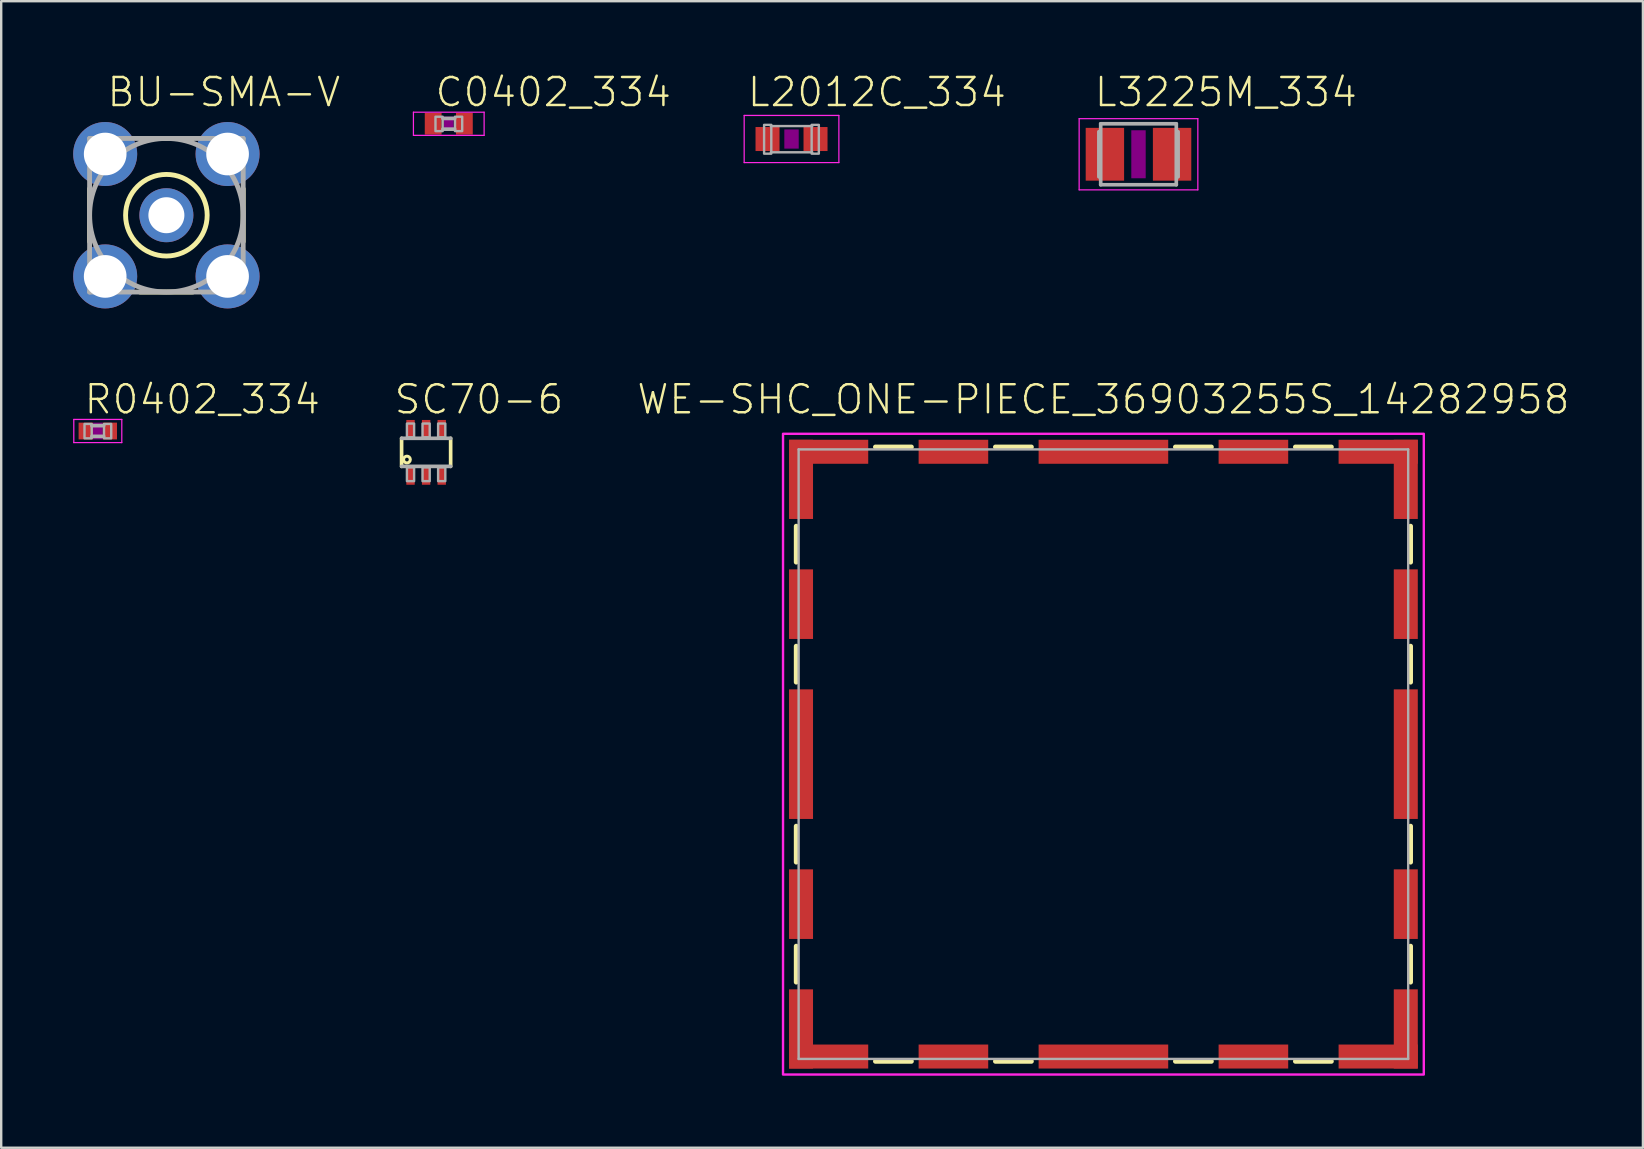
<source format=kicad_pcb>
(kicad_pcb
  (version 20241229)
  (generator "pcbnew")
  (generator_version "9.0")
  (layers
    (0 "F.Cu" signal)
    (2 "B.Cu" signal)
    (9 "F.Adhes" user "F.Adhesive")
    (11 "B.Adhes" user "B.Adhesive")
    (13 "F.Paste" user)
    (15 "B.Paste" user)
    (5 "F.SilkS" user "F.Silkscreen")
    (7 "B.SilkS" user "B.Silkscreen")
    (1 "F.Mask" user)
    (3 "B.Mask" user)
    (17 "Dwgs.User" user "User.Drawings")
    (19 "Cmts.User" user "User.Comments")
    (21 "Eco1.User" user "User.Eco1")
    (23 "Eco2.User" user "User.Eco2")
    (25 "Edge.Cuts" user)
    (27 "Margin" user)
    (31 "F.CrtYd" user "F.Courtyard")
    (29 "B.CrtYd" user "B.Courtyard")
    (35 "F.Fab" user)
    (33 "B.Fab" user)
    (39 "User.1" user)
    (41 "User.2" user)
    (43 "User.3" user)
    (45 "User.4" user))
  (footprint "R0402_334"
    (layer "F.Cu")
    (at 1.025 14.91)
    (property "Reference" "R0402_334" (at -0.635 -0.635 0) (unlocked yes) (layer "F.SilkS") (effects (font (size 1.168 1.168) (thickness 0.102)) (justify left bottom)))
    (fp_poly (pts (xy -0.2 0.35) (xy 0.2 0.35) (xy 0.2 -0.35) (xy -0.2 -0.35)) (stroke (width 0) (type default)) (fill yes) (layer "F.Adhes"))
    (fp_line (start -1 -0.483) (end 1 -0.483) (stroke (width 0.051) (type solid)) (layer "F.CrtYd"))
    (fp_line (start -1 0.483) (end -1 -0.483) (stroke (width 0.051) (type solid)) (layer "F.CrtYd"))
    (fp_line (start 1 -0.483) (end 1 0.483) (stroke (width 0.051) (type solid)) (layer "F.CrtYd"))
    (fp_line (start 1 0.483) (end -1 0.483) (stroke (width 0.051) (type solid)) (layer "F.CrtYd"))
    (fp_line (start -0.245 -0.224) (end 0.245 -0.224) (stroke (width 0.152) (type solid)) (layer "F.Fab"))
    (fp_line (start 0.245 0.224) (end -0.245 0.224) (stroke (width 0.152) (type solid)) (layer "F.Fab"))
    (fp_poly (pts (xy -0.554 0.305) (xy -0.254 0.305) (xy -0.254 -0.295) (xy -0.554 -0.295)) (stroke (width 0.1) (type default)) (fill no) (layer "F.Fab"))
    (fp_poly (pts (xy 0.259 0.305) (xy 0.559 0.305) (xy 0.559 -0.295) (xy 0.259 -0.295)) (stroke (width 0.1) (type default)) (fill no) (layer "F.Fab"))
    (pad "1" smd rect (at -0.5 0) (size 0.6 0.7) (layers "F.Cu" "F.Mask" "F.Paste"))
    (pad "2" smd rect (at 0.5 0) (size 0.6 0.7) (layers "F.Cu" "F.Mask" "F.Paste")))
  (footprint "L2012C_334"
    (layer "F.Cu")
    (at 29.932 2.743)
    (property "Reference" "L2012C_334" (at -1.905 -1.27 0) (unlocked yes) (layer "F.SilkS") (effects (font (size 1.168 1.168) (thickness 0.102)) (justify left bottom)))
    (fp_poly (pts (xy -0.3 0.4) (xy 0.3 0.4) (xy 0.3 -0.4) (xy -0.3 -0.4)) (stroke (width 0) (type default)) (fill yes) (layer "F.Adhes"))
    (fp_line (start -1.973 -0.983) (end 1.973 -0.983) (stroke (width 0.051) (type solid)) (layer "F.CrtYd"))
    (fp_line (start -1.973 0.983) (end -1.973 -0.983) (stroke (width 0.051) (type solid)) (layer "F.CrtYd"))
    (fp_line (start 1.973 -0.983) (end 1.973 0.983) (stroke (width 0.051) (type solid)) (layer "F.CrtYd"))
    (fp_line (start 1.973 0.983) (end -1.973 0.983) (stroke (width 0.051) (type solid)) (layer "F.CrtYd"))
    (fp_line (start -0.864 -0.54) (end 0.864 -0.54) (stroke (width 0.102) (type solid)) (layer "F.Fab"))
    (fp_line (start -0.864 0.553) (end 0.864 0.553) (stroke (width 0.102) (type solid)) (layer "F.Fab"))
    (fp_poly (pts (xy -1.143 0.61) (xy -0.843 0.61) (xy -0.843 -0.59) (xy -1.143 -0.59)) (stroke (width 0.1) (type default)) (fill no) (layer "F.Fab"))
    (fp_poly (pts (xy 0.838 0.61) (xy 1.138 0.61) (xy 1.138 -0.59) (xy 0.838 -0.59)) (stroke (width 0.1) (type default)) (fill no) (layer "F.Fab"))
    (pad "1" smd rect (at -1 0) (size 1 1) (layers "F.Cu" "F.Mask" "F.Paste"))
    (pad "2" smd rect (at 1 0) (size 1 1) (layers "F.Cu" "F.Mask" "F.Paste")))
  (footprint "SC70-6"
    (layer "F.Cu")
    (at 14.706 15.799)
    (property "Reference" "SC70-6" (at -1.397 -1.524 0) (unlocked yes) (layer "F.SilkS") (effects (font (size 1.168 1.168) (thickness 0.102)) (justify left bottom)))
    (fp_poly (pts (xy -0.875 1.4) (xy -0.425 1.4) (xy -0.425 0.5) (xy -0.875 0.5)) (stroke (width 0) (type default)) (fill yes) (layer "F.Mask"))
    (fp_poly (pts (xy -0.425 -1.4) (xy -0.875 -1.4) (xy -0.875 -0.5) (xy -0.425 -0.5)) (stroke (width 0) (type default)) (fill yes) (layer "F.Mask"))
    (fp_poly (pts (xy -0.225 1.4) (xy 0.225 1.4) (xy 0.225 0.5) (xy -0.225 0.5)) (stroke (width 0) (type default)) (fill yes) (layer "F.Mask"))
    (fp_poly (pts (xy 0.225 -1.4) (xy -0.225 -1.4) (xy -0.225 -0.5) (xy 0.225 -0.5)) (stroke (width 0) (type default)) (fill yes) (layer "F.Mask"))
    (fp_poly (pts (xy 0.425 1.4) (xy 0.875 1.4) (xy 0.875 0.5) (xy 0.425 0.5)) (stroke (width 0) (type default)) (fill yes) (layer "F.Mask"))
    (fp_poly (pts (xy 0.875 -1.4) (xy 0.425 -1.4) (xy 0.425 -0.5) (xy 0.875 -0.5)) (stroke (width 0) (type default)) (fill yes) (layer "F.Mask"))
    (fp_line (start -1.022 0.585) (end -1.022 -0.585) (stroke (width 0.152) (type solid)) (layer "F.SilkS"))
    (fp_line (start 1.022 -0.585) (end 1.022 0.585) (stroke (width 0.152) (type solid)) (layer "F.SilkS"))
    (fp_circle (center -0.8 0.3) (end -0.659 0.3) (stroke (width 0.127) (type solid)) (fill no) (layer "F.SilkS"))
    (fp_poly (pts (xy -0.8 1.325) (xy -0.5 1.325) (xy -0.5 0.575) (xy -0.8 0.575)) (stroke (width 0) (type default)) (fill yes) (layer "F.Paste"))
    (fp_poly (pts (xy -0.5 -1.325) (xy -0.8 -1.325) (xy -0.8 -0.575) (xy -0.5 -0.575)) (stroke (width 0) (type default)) (fill yes) (layer "F.Paste"))
    (fp_poly (pts (xy -0.15 1.325) (xy 0.15 1.325) (xy 0.15 0.575) (xy -0.15 0.575)) (stroke (width 0) (type default)) (fill yes) (layer "F.Paste"))
    (fp_poly (pts (xy 0.15 -1.325) (xy -0.15 -1.325) (xy -0.15 -0.575) (xy 0.15 -0.575)) (stroke (width 0) (type default)) (fill yes) (layer "F.Paste"))
    (fp_poly (pts (xy 0.5 1.325) (xy 0.8 1.325) (xy 0.8 0.575) (xy 0.5 0.575)) (stroke (width 0) (type default)) (fill yes) (layer "F.Paste"))
    (fp_poly (pts (xy 0.8 -1.325) (xy 0.5 -1.325) (xy 0.5 -0.575) (xy 0.8 -0.575)) (stroke (width 0) (type default)) (fill yes) (layer "F.Paste"))
    (fp_line (start -1.022 -0.585) (end 1.022 -0.585) (stroke (width 0.152) (type solid)) (layer "F.Fab"))
    (fp_line (start 1.022 0.585) (end -1.022 0.585) (stroke (width 0.152) (type solid)) (layer "F.Fab"))
    (fp_poly (pts (xy -0.8 1.2) (xy -0.5 1.2) (xy -0.5 0.625) (xy -0.8 0.625)) (stroke (width 0.1) (type default)) (fill no) (layer "F.Fab"))
    (fp_poly (pts (xy -0.5 -1.2) (xy -0.8 -1.2) (xy -0.8 -0.625) (xy -0.5 -0.625)) (stroke (width 0.1) (type default)) (fill no) (layer "F.Fab"))
    (fp_poly (pts (xy -0.15 1.2) (xy 0.15 1.2) (xy 0.15 0.625) (xy -0.15 0.625)) (stroke (width 0.1) (type default)) (fill no) (layer "F.Fab"))
    (fp_poly (pts (xy 0.15 -1.2) (xy -0.15 -1.2) (xy -0.15 -0.625) (xy 0.15 -0.625)) (stroke (width 0.1) (type default)) (fill no) (layer "F.Fab"))
    (fp_poly (pts (xy 0.5 1.2) (xy 0.8 1.2) (xy 0.8 0.625) (xy 0.5 0.625)) (stroke (width 0.1) (type default)) (fill no) (layer "F.Fab"))
    (fp_poly (pts (xy 0.8 -1.2) (xy 0.5 -1.2) (xy 0.5 -0.625) (xy 0.8 -0.625)) (stroke (width 0.1) (type default)) (fill no) (layer "F.Fab"))
    (pad "1" smd rect (at -0.65 0.95) (size 0.35 0.8) (layers "F.Cu"))
    (pad "2" smd rect (at 0 0.95) (size 0.35 0.8) (layers "F.Cu"))
    (pad "3" smd rect (at 0.65 0.95) (size 0.35 0.8) (layers "F.Cu"))
    (pad "4" smd rect (at 0.65 -0.95) (size 0.35 0.8) (layers "F.Cu"))
    (pad "5" smd rect (at 0 -0.95) (size 0.35 0.8) (layers "F.Cu"))
    (pad "6" smd rect (at -0.65 -0.95) (size 0.35 0.8) (layers "F.Cu")))
  (footprint "L3225M_334"
    (layer "F.Cu")
    (at 44.39 3.378)
    (property "Reference" "L3225M_334" (at -1.905 -1.905 0) (unlocked yes) (layer "F.SilkS") (effects (font (size 1.168 1.168) (thickness 0.102)) (justify left bottom)))
    (fp_poly (pts (xy -0.3 1) (xy 0.3 1) (xy 0.3 -1) (xy -0.3 -1)) (stroke (width 0) (type default)) (fill yes) (layer "F.Adhes"))
    (fp_line (start -2.473 -1.483) (end 2.473 -1.483) (stroke (width 0.051) (type solid)) (layer "F.CrtYd"))
    (fp_line (start -2.473 1.483) (end -2.473 -1.483) (stroke (width 0.051) (type solid)) (layer "F.CrtYd"))
    (fp_line (start 2.473 -1.483) (end 2.473 1.483) (stroke (width 0.051) (type solid)) (layer "F.CrtYd"))
    (fp_line (start 2.473 1.483) (end -2.473 1.483) (stroke (width 0.051) (type solid)) (layer "F.CrtYd"))
    (fp_line (start -1.651 -0.94) (end -1.651 0.94) (stroke (width 0.152) (type solid)) (layer "F.Fab"))
    (fp_line (start -1.575 -1.27) (end 1.575 -1.27) (stroke (width 0.152) (type solid)) (layer "F.Fab"))
    (fp_line (start -1.575 1.27) (end -1.575 -1.27) (stroke (width 0.152) (type solid)) (layer "F.Fab"))
    (fp_line (start 1.575 -1.27) (end 1.575 1.27) (stroke (width 0.152) (type solid)) (layer "F.Fab"))
    (fp_line (start 1.575 1.27) (end -1.575 1.27) (stroke (width 0.152) (type solid)) (layer "F.Fab"))
    (fp_line (start 1.651 -0.94) (end 1.651 0.94) (stroke (width 0.152) (type solid)) (layer "F.Fab"))
    (pad "1" smd rect (at -1.4 0) (size 1.6 2.2) (layers "F.Cu" "F.Mask" "F.Paste"))
    (pad "2" smd rect (at 1.4 0) (size 1.6 2.2) (layers "F.Cu" "F.Mask" "F.Paste")))
  (footprint "WE-SHC_ONE-PIECE_36903255S_14282958"
    (layer "F.Cu")
    (at 42.928 28.375)
    (property "Reference" "WE-SHC_ONE-PIECE_36903255S_14282958" (at 0 -14.1 0) (unlocked yes) (layer "F.SilkS") (effects (font (size 1.168 1.168) (thickness 0.102)) (justify bottom)))
    (fp_line (start -12.8 -8) (end -12.8 -9.5) (stroke (width 0.2) (type solid)) (layer "F.SilkS"))
    (fp_line (start -12.8 -3) (end -12.8 -4.5) (stroke (width 0.2) (type solid)) (layer "F.SilkS"))
    (fp_line (start -12.8 4.5) (end -12.8 3) (stroke (width 0.2) (type solid)) (layer "F.SilkS"))
    (fp_line (start -12.8 9.5) (end -12.8 8) (stroke (width 0.2) (type solid)) (layer "F.SilkS"))
    (fp_line (start -9.5 -12.8) (end -8 -12.8) (stroke (width 0.2) (type solid)) (layer "F.SilkS"))
    (fp_line (start -8 12.8) (end -9.5 12.8) (stroke (width 0.2) (type solid)) (layer "F.SilkS"))
    (fp_line (start -4.5 -12.8) (end -3 -12.8) (stroke (width 0.2) (type solid)) (layer "F.SilkS"))
    (fp_line (start -3 12.8) (end -4.5 12.8) (stroke (width 0.2) (type solid)) (layer "F.SilkS"))
    (fp_line (start 3 -12.8) (end 4.5 -12.8) (stroke (width 0.2) (type solid)) (layer "F.SilkS"))
    (fp_line (start 4.5 12.8) (end 3 12.8) (stroke (width 0.2) (type solid)) (layer "F.SilkS"))
    (fp_line (start 8 -12.8) (end 9.5 -12.8) (stroke (width 0.2) (type solid)) (layer "F.SilkS"))
    (fp_line (start 9.5 12.8) (end 8 12.8) (stroke (width 0.2) (type solid)) (layer "F.SilkS"))
    (fp_line (start 12.8 -9.5) (end 12.8 -8) (stroke (width 0.2) (type solid)) (layer "F.SilkS"))
    (fp_line (start 12.8 -4.5) (end 12.8 -3) (stroke (width 0.2) (type solid)) (layer "F.SilkS"))
    (fp_line (start 12.8 3) (end 12.8 4.5) (stroke (width 0.2) (type solid)) (layer "F.SilkS"))
    (fp_line (start 12.8 8) (end 12.8 9.5) (stroke (width 0.2) (type solid)) (layer "F.SilkS"))
    (fp_poly (pts (xy 13.35 13.35) (xy -13.35 13.35) (xy -13.35 -13.35) (xy 13.35 -13.35)) (stroke (width 0.1) (type default)) (fill no) (layer "F.CrtYd"))
    (fp_line (start -12.7 -12.7) (end 12.7 -12.7) (stroke (width 0.1) (type solid)) (layer "F.Fab"))
    (fp_line (start -12.7 12.7) (end -12.7 -12.7) (stroke (width 0.1) (type solid)) (layer "F.Fab"))
    (fp_line (start 12.7 -12.7) (end 12.7 12.7) (stroke (width 0.1) (type solid)) (layer "F.Fab"))
    (fp_line (start 12.7 12.7) (end -12.7 12.7) (stroke (width 0.1) (type solid)) (layer "F.Fab"))
    (pad "1" smd rect (at -11.45 -12.6) (size 3.3 1) (layers "F.Cu" "F.Mask" "F.Paste"))
    (pad "2" smd rect (at -6.25 -12.6) (size 2.9 1) (layers "F.Cu" "F.Mask" "F.Paste"))
    (pad "3" smd rect (at 0 -12.6) (size 5.4 1) (layers "F.Cu" "F.Mask" "F.Paste"))
    (pad "4" smd rect (at 6.25 -12.6) (size 2.9 1) (layers "F.Cu" "F.Mask" "F.Paste"))
    (pad "5" smd rect (at 11.45 -12.6) (size 3.3 1) (layers "F.Cu" "F.Mask" "F.Paste"))
    (pad "6" smd rect (at 12.6 -11.45 90) (size 3.3 1) (layers "F.Cu" "F.Mask" "F.Paste"))
    (pad "7" smd rect (at 12.6 -6.25 90) (size 2.9 1) (layers "F.Cu" "F.Mask" "F.Paste"))
    (pad "8" smd rect (at 12.6 0 90) (size 5.4 1) (layers "F.Cu" "F.Mask" "F.Paste"))
    (pad "9" smd rect (at 12.6 6.25 90) (size 2.9 1) (layers "F.Cu" "F.Mask" "F.Paste"))
    (pad "10" smd rect (at 12.6 11.45 90) (size 3.3 1) (layers "F.Cu" "F.Mask" "F.Paste"))
    (pad "11" smd rect (at 11.45 12.6 180) (size 3.3 1) (layers "F.Cu" "F.Mask" "F.Paste"))
    (pad "12" smd rect (at 6.25 12.6 180) (size 2.9 1) (layers "F.Cu" "F.Mask" "F.Paste"))
    (pad "13" smd rect (at 0 12.6 180) (size 5.4 1) (layers "F.Cu" "F.Mask" "F.Paste"))
    (pad "14" smd rect (at -6.25 12.6 180) (size 2.9 1) (layers "F.Cu" "F.Mask" "F.Paste"))
    (pad "15" smd rect (at -11.45 12.6 180) (size 3.3 1) (layers "F.Cu" "F.Mask" "F.Paste"))
    (pad "16" smd rect (at -12.6 11.45 90) (size 3.3 1) (layers "F.Cu" "F.Mask" "F.Paste"))
    (pad "17" smd rect (at -12.6 6.25 90) (size 2.9 1) (layers "F.Cu" "F.Mask" "F.Paste"))
    (pad "18" smd rect (at -12.6 0 90) (size 5.4 1) (layers "F.Cu" "F.Mask" "F.Paste"))
    (pad "19" smd rect (at -12.6 -6.25 90) (size 2.9 1) (layers "F.Cu" "F.Mask" "F.Paste"))
    (pad "20" smd rect (at -12.6 -11.45 90) (size 3.3 1) (layers "F.Cu" "F.Mask" "F.Paste")))
  (footprint "C0402_334"
    (layer "F.Cu")
    (at 15.65 2.108)
    (property "Reference" "C0402_334" (at -0.635 -0.635 0) (unlocked yes) (layer "F.SilkS") (effects (font (size 1.168 1.168) (thickness 0.102)) (justify left bottom)))
    (fp_poly (pts (xy -0.2 0.3) (xy 0.2 0.3) (xy 0.2 -0.3) (xy -0.2 -0.3)) (stroke (width 0) (type default)) (fill yes) (layer "F.Adhes"))
    (fp_line (start -1.473 -0.483) (end 1.473 -0.483) (stroke (width 0.051) (type solid)) (layer "F.CrtYd"))
    (fp_line (start -1.473 0.483) (end -1.473 -0.483) (stroke (width 0.051) (type solid)) (layer "F.CrtYd"))
    (fp_line (start 1.473 -0.483) (end 1.473 0.483) (stroke (width 0.051) (type solid)) (layer "F.CrtYd"))
    (fp_line (start 1.473 0.483) (end -1.473 0.483) (stroke (width 0.051) (type solid)) (layer "F.CrtYd"))
    (fp_line (start -0.245 -0.224) (end 0.245 -0.224) (stroke (width 0.152) (type solid)) (layer "F.Fab"))
    (fp_line (start 0.245 0.224) (end -0.245 0.224) (stroke (width 0.152) (type solid)) (layer "F.Fab"))
    (fp_poly (pts (xy -0.554 0.305) (xy -0.254 0.305) (xy -0.254 -0.295) (xy -0.554 -0.295)) (stroke (width 0.1) (type default)) (fill no) (layer "F.Fab"))
    (fp_poly (pts (xy 0.259 0.305) (xy 0.559 0.305) (xy 0.559 -0.295) (xy 0.259 -0.295)) (stroke (width 0.1) (type default)) (fill no) (layer "F.Fab"))
    (pad "1" smd rect (at -0.65 0) (size 0.7 0.9) (layers "F.Cu" "F.Mask" "F.Paste"))
    (pad "2" smd rect (at 0.65 0) (size 0.7 0.9) (layers "F.Cu" "F.Mask" "F.Paste")))
  (footprint "BU-SMA-V"
    (layer "F.Cu")
    (at 3.883 5.918)
    (property "Reference" "BU-SMA-V" (at -2.54 -4.445 0) (unlocked yes) (layer "F.SilkS") (effects (font (size 1.168 1.168) (thickness 0.102)) (justify left bottom)))
    (fp_line (start -3.2 1.1) (end -3.2 -1.1) (stroke (width 0.203) (type solid)) (layer "F.SilkS"))
    (fp_line (start -1.1 -3.2) (end 1.1 -3.2) (stroke (width 0.203) (type solid)) (layer "F.SilkS"))
    (fp_line (start 1.1 3.2) (end -1.1 3.2) (stroke (width 0.203) (type solid)) (layer "F.SilkS"))
    (fp_line (start 3.2 -1.1) (end 3.2 1.1) (stroke (width 0.203) (type solid)) (layer "F.SilkS"))
    (fp_circle (center 0 0) (end 1.7 0) (stroke (width 0.203) (type solid)) (fill no) (layer "F.SilkS"))
    (fp_line (start -3.2 3.2) (end -3.2 -3.2) (stroke (width 0.203) (type solid)) (layer "F.Fab"))
    (fp_line (start -3.2 -3.2) (end 3.2 -3.2) (stroke (width 0.203) (type solid)) (layer "F.Fab"))
    (fp_line (start 3.2 3.2) (end -3.2 3.2) (stroke (width 0.203) (type solid)) (layer "F.Fab"))
    (fp_line (start 3.2 -3.2) (end 3.2 3.2) (stroke (width 0.203) (type solid)) (layer "F.Fab"))
    (fp_circle (center 0 0) (end 3.2 0) (stroke (width 0.203) (type solid)) (fill no) (layer "F.Fab"))
    (pad "1" thru_hole circle (at 0 0) (size 2.25 2.25) (drill 1.5) (layers "*.Cu" "*.Mask"))
    (pad "2" thru_hole circle (at -2.55 -2.55) (size 2.667 2.667) (drill 1.778) (layers "*.Cu" "*.Mask"))
    (pad "3" thru_hole circle (at 2.55 -2.55) (size 2.667 2.667) (drill 1.778) (layers "*.Cu" "*.Mask"))
    (pad "4" thru_hole circle (at 2.55 2.55) (size 2.667 2.667) (drill 1.778) (layers "*.Cu" "*.Mask"))
    (pad "5" thru_hole circle (at -2.55 2.55) (size 2.667 2.667) (drill 1.778) (layers "*.Cu" "*.Mask")))
  (gr_rect
    (start -3 -3)
    (end 65.409 44.775)
    (stroke (width 0.1) (type default))
    (fill no)
    (layer "Edge.Cuts")))
</source>
